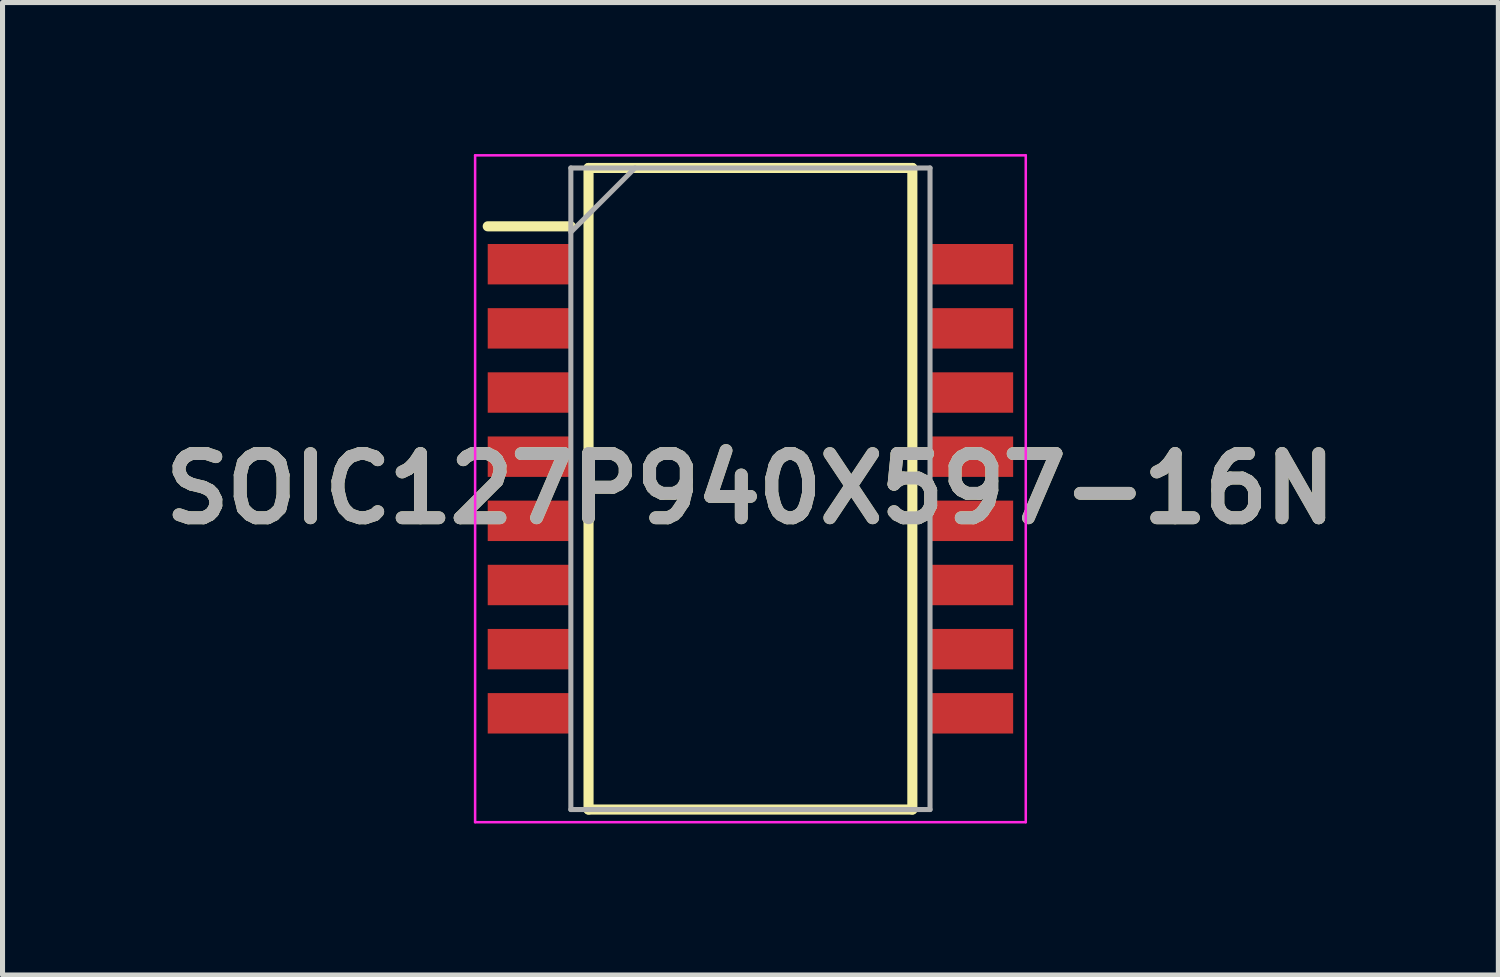
<source format=kicad_pcb>
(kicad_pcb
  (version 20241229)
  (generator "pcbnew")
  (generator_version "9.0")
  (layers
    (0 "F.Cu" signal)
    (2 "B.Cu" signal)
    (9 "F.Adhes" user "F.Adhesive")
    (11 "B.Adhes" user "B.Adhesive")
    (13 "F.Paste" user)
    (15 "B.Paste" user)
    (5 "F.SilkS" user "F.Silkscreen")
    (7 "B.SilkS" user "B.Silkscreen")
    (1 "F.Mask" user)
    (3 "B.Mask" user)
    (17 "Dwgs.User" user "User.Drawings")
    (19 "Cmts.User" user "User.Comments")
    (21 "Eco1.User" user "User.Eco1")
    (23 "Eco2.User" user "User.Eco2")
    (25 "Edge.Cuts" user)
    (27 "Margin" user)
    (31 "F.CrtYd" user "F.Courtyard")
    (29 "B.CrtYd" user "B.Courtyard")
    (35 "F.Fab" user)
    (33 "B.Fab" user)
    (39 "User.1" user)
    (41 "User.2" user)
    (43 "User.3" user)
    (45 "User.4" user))
  (footprint "SOIC127P940X597-16N"
    (layer "F.Cu")
    (at 11.805 6.625)
    (property "Reference" "SOIC127P940X597-16N" (at 0 0 0) (layer "F.SilkS") (effects (font (size 1.27 1.27) (thickness 0.254))))
    (attr smd)
    (fp_line (start -5.2 -5.195) (end -3.555 -5.195) (stroke (width 0.2) (type solid)) (layer "F.SilkS"))
    (fp_line (start -3.205 -6.35) (end 3.205 -6.35) (stroke (width 0.2) (type solid)) (layer "F.SilkS"))
    (fp_line (start -3.205 6.35) (end -3.205 -6.35) (stroke (width 0.2) (type solid)) (layer "F.SilkS"))
    (fp_line (start 3.205 -6.35) (end 3.205 6.35) (stroke (width 0.2) (type solid)) (layer "F.SilkS"))
    (fp_line (start 3.205 6.35) (end -3.205 6.35) (stroke (width 0.2) (type solid)) (layer "F.SilkS"))
    (fp_line (start -5.45 -6.6) (end 5.45 -6.6) (stroke (width 0.05) (type solid)) (layer "F.CrtYd"))
    (fp_line (start -5.45 6.6) (end -5.45 -6.6) (stroke (width 0.05) (type solid)) (layer "F.CrtYd"))
    (fp_line (start 5.45 -6.6) (end 5.45 6.6) (stroke (width 0.05) (type solid)) (layer "F.CrtYd"))
    (fp_line (start 5.45 6.6) (end -5.45 6.6) (stroke (width 0.05) (type solid)) (layer "F.CrtYd"))
    (fp_line (start -3.555 -6.35) (end 3.555 -6.35) (stroke (width 0.1) (type solid)) (layer "F.Fab"))
    (fp_line (start -3.555 -5.08) (end -2.285 -6.35) (stroke (width 0.1) (type solid)) (layer "F.Fab"))
    (fp_line (start -3.555 6.35) (end -3.555 -6.35) (stroke (width 0.1) (type solid)) (layer "F.Fab"))
    (fp_line (start 3.555 -6.35) (end 3.555 6.35) (stroke (width 0.1) (type solid)) (layer "F.Fab"))
    (fp_line (start 3.555 6.35) (end -3.555 6.35) (stroke (width 0.1) (type solid)) (layer "F.Fab"))
    (fp_text user "${REFERENCE}" (at 0 0 0) (layer "F.Fab") (effects (font (size 1.27 1.27) (thickness 0.254))))
    (pad "1" smd rect (at -4.378 -4.445 90) (size 0.8 1.645) (layers "F.Cu" "F.Mask" "F.Paste"))
    (pad "2" smd rect (at -4.378 -3.175 90) (size 0.8 1.645) (layers "F.Cu" "F.Mask" "F.Paste"))
    (pad "3" smd rect (at -4.378 -1.905 90) (size 0.8 1.645) (layers "F.Cu" "F.Mask" "F.Paste"))
    (pad "4" smd rect (at -4.378 -0.635 90) (size 0.8 1.645) (layers "F.Cu" "F.Mask" "F.Paste"))
    (pad "5" smd rect (at -4.378 0.635 90) (size 0.8 1.645) (layers "F.Cu" "F.Mask" "F.Paste"))
    (pad "6" smd rect (at -4.378 1.905 90) (size 0.8 1.645) (layers "F.Cu" "F.Mask" "F.Paste"))
    (pad "7" smd rect (at -4.378 3.175 90) (size 0.8 1.645) (layers "F.Cu" "F.Mask" "F.Paste"))
    (pad "8" smd rect (at -4.378 4.445 90) (size 0.8 1.645) (layers "F.Cu" "F.Mask" "F.Paste"))
    (pad "9" smd rect (at 4.378 4.445 90) (size 0.8 1.645) (layers "F.Cu" "F.Mask" "F.Paste"))
    (pad "10" smd rect (at 4.378 3.175 90) (size 0.8 1.645) (layers "F.Cu" "F.Mask" "F.Paste"))
    (pad "11" smd rect (at 4.378 1.905 90) (size 0.8 1.645) (layers "F.Cu" "F.Mask" "F.Paste"))
    (pad "12" smd rect (at 4.378 0.635 90) (size 0.8 1.645) (layers "F.Cu" "F.Mask" "F.Paste"))
    (pad "13" smd rect (at 4.378 -0.635 90) (size 0.8 1.645) (layers "F.Cu" "F.Mask" "F.Paste"))
    (pad "14" smd rect (at 4.378 -1.905 90) (size 0.8 1.645) (layers "F.Cu" "F.Mask" "F.Paste"))
    (pad "15" smd rect (at 4.378 -3.175 90) (size 0.8 1.645) (layers "F.Cu" "F.Mask" "F.Paste"))
    (pad "16" smd rect (at 4.378 -4.445 90) (size 0.8 1.645) (layers "F.Cu" "F.Mask" "F.Paste")))
  (gr_rect
    (start -3 -3)
    (end 26.61 16.25)
    (stroke (width 0.1) (type default))
    (fill no)
    (layer "Edge.Cuts")))
</source>
